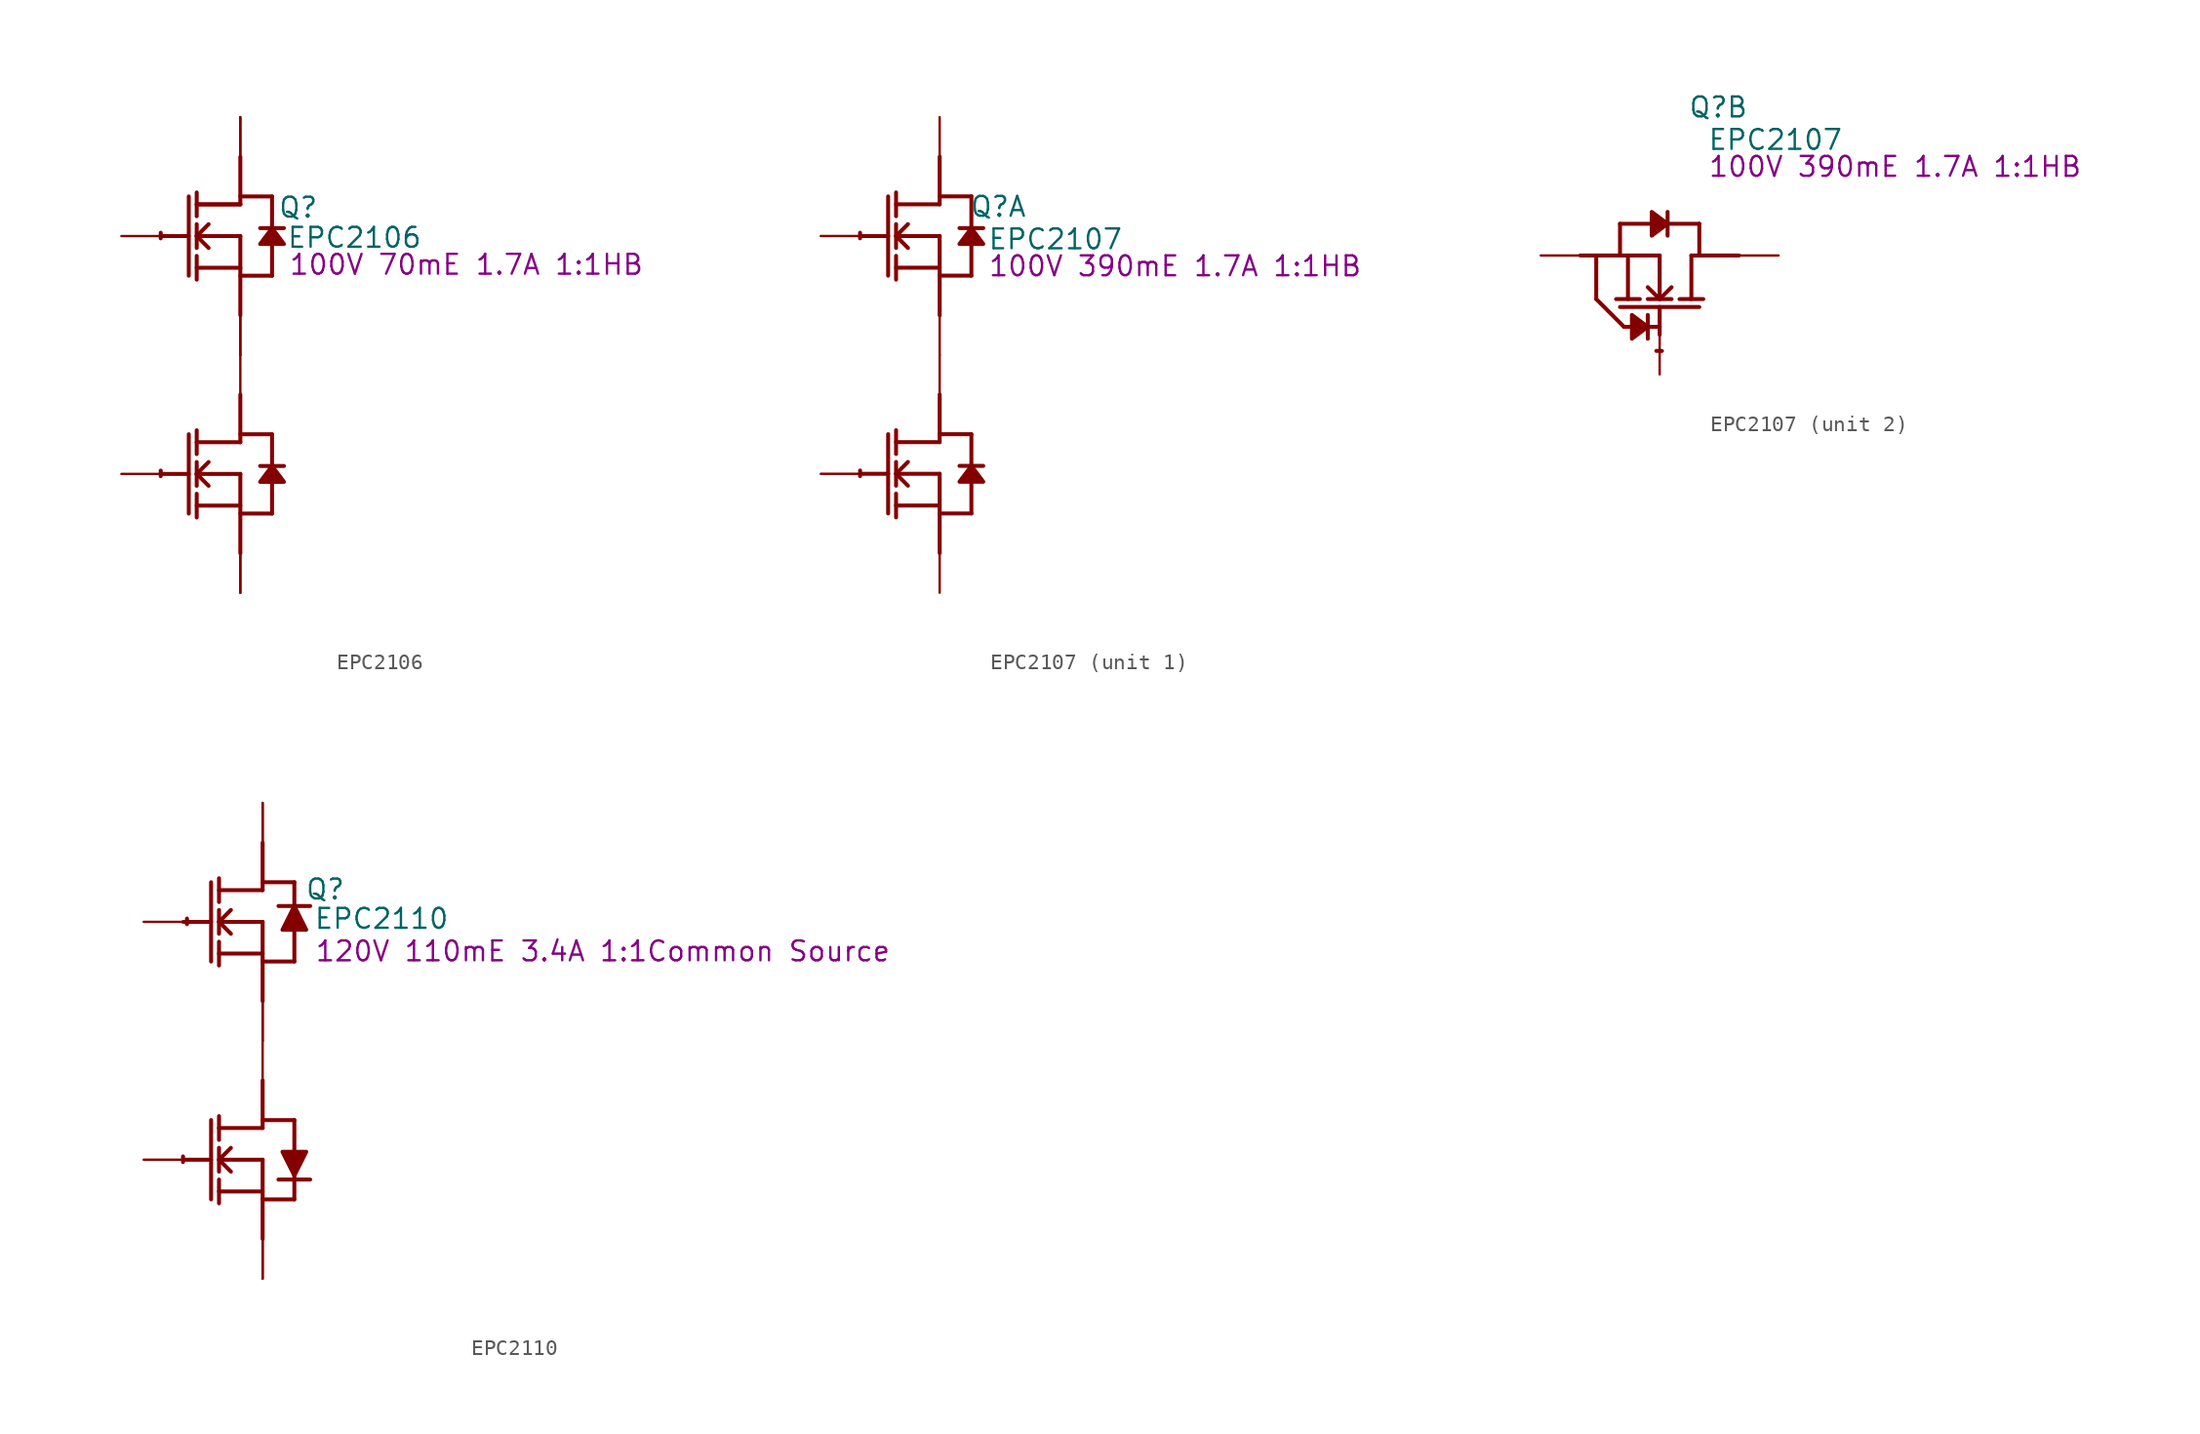
<source format=kicad_sym>
(kicad_symbol_lib
  (version 20220914)
  (generator kicad_symbol_editor)
  (symbol "EPC2106"
    (property "Reference" "Q"
      (at 3.708 1.829 0)
      (effects (font (size 1.27 1.27))))
    (property "Value" "EPC2106"
      (at 7.315 -0.102 0)
      (effects (font (size 1.27 1.27))))
    (property "Description" "100V 70mE 1.7A 1:1HB"
      (at 14.478 -1.829 0)
      (effects (font (size 1.27 1.27))))
    (symbol "EPC2106_1_0"
      (arc (start -5.0996 -15.0272) (mid -5.1039 -15.2069) (end -5.1019 -15.3867) (stroke (width 0.254) (type solid)) (fill (type none)))
      (arc (start -5.0996 0.2128) (mid -5.1039 0.0331) (end -5.1019 -0.1467) (stroke (width 0.254) (type solid)) (fill (type none)))
      (polyline (pts (xy -5.08 -15.24) (xy -3.302 -15.24)) (stroke (width 0.254) (type solid)) (fill (type none)))
      (polyline (pts (xy -5.08 0) (xy -3.302 0)) (stroke (width 0.254) (type solid)) (fill (type none)))
      (polyline (pts (xy -3.302 -12.7) (xy -3.302 -17.78)) (stroke (width 0.254) (type solid)) (fill (type none)))
      (polyline (pts (xy -3.302 2.54) (xy -3.302 -2.54)) (stroke (width 0.254) (type solid)) (fill (type none)))
      (polyline (pts (xy -2.794 -18.034) (xy -2.794 -16.51)) (stroke (width 0.254) (type solid)) (fill (type none)))
      (polyline (pts (xy -2.794 -17.272) (xy 0 -17.272)) (stroke (width 0.254) (type solid)) (fill (type none)))
      (polyline (pts (xy -2.794 -16.002) (xy -2.794 -14.478)) (stroke (width 0.254) (type solid)) (fill (type none)))
      (polyline (pts (xy -2.794 -15.24) (xy -2.032 -14.478)) (stroke (width 0.254) (type solid)) (fill (type none)))
      (polyline (pts (xy -2.794 -15.24) (xy 0 -15.24)) (stroke (width 0.254) (type solid)) (fill (type none)))
      (polyline (pts (xy -2.794 -13.97) (xy -2.794 -12.446)) (stroke (width 0.254) (type solid)) (fill (type none)))
      (polyline (pts (xy -2.794 -2.794) (xy -2.794 -1.27)) (stroke (width 0.254) (type solid)) (fill (type none)))
      (polyline (pts (xy -2.794 -2.032) (xy 0 -2.032)) (stroke (width 0.254) (type solid)) (fill (type none)))
      (polyline (pts (xy -2.794 -0.762) (xy -2.794 0.762)) (stroke (width 0.254) (type solid)) (fill (type none)))
      (polyline (pts (xy -2.794 0) (xy -2.032 0.762)) (stroke (width 0.254) (type solid)) (fill (type none)))
      (polyline (pts (xy -2.794 0) (xy 0 0)) (stroke (width 0.254) (type solid)) (fill (type none)))
      (polyline (pts (xy -2.794 1.27) (xy -2.794 2.794)) (stroke (width 0.254) (type solid)) (fill (type none)))
      (polyline (pts (xy -2.032 -16.002) (xy -2.794 -15.24)) (stroke (width 0.254) (type solid)) (fill (type none)))
      (polyline (pts (xy -2.032 -0.762) (xy -2.794 0)) (stroke (width 0.254) (type solid)) (fill (type none)))
      (polyline (pts (xy 0 -17.78) (xy 2.032 -17.78)) (stroke (width 0.254) (type solid)) (fill (type none)))
      (polyline (pts (xy 0 -15.24) (xy 0 -20.32)) (stroke (width 0.254) (type solid)) (fill (type none)))
      (polyline (pts (xy 0 -13.208) (xy -2.794 -13.208)) (stroke (width 0.254) (type solid)) (fill (type none)))
      (polyline (pts (xy 0 -13.208) (xy 0 -10.16)) (stroke (width 0.254) (type solid)) (fill (type none)))
      (polyline (pts (xy 0 -12.7) (xy 2.032 -12.7)) (stroke (width 0.254) (type solid)) (fill (type none)))
      (polyline (pts (xy 0 -2.54) (xy 2.032 -2.54)) (stroke (width 0.254) (type solid)) (fill (type none)))
      (polyline (pts (xy 0 0) (xy 0 -5.08)) (stroke (width 0.254) (type solid)) (fill (type none)))
      (polyline (pts (xy 0 2.032) (xy -2.794 2.032)) (stroke (width 0.254) (type solid)) (fill (type none)))
      (polyline (pts (xy 0 2.032) (xy -2.794 2.032)) (stroke (width 0.254) (type solid)) (fill (type none)))
      (polyline (pts (xy 0 2.032) (xy 0 5.08)) (stroke (width 0.254) (type solid)) (fill (type none)))
      (polyline (pts (xy 0 2.54) (xy 2.032 2.54)) (stroke (width 0.254) (type solid)) (fill (type none)))
      (polyline (pts (xy 2.032 -15.748) (xy 2.032 -17.78)) (stroke (width 0.254) (type solid)) (fill (type none)))
      (polyline (pts (xy 2.032 -12.7) (xy 2.032 -14.732)) (stroke (width 0.254) (type solid)) (fill (type none)))
      (polyline (pts (xy 2.032 -0.508) (xy 2.032 -2.54)) (stroke (width 0.254) (type solid)) (fill (type none)))
      (polyline (pts (xy 2.032 2.54) (xy 2.032 0.508)) (stroke (width 0.254) (type solid)) (fill (type none)))
      (polyline (pts (xy 2.794 -14.732) (xy 1.27 -14.732)) (stroke (width 0.254) (type solid)) (fill (type none)))
      (polyline (pts (xy 2.794 0.508) (xy 1.27 0.508)) (stroke (width 0.254) (type solid)) (fill (type none)))
      (polyline (pts (xy 2.032 -14.732) (xy 1.27 -15.748) (xy 2.794 -15.748) (xy 2.032 -14.732)) (stroke (width 0.254) (type solid)) (fill (type outline)))
      (polyline (pts (xy 2.032 0.508) (xy 1.27 -0.508) (xy 2.794 -0.508) (xy 2.032 0.508)) (stroke (width 0.254) (type solid)) (fill (type outline)))
      (pin passive line (at -7.62 0 0) (length 2.54) (name "G1" (effects (font (size 0 0)))) (number "1" (effects (font (size 0 0)))))
      (pin open_emitter line (at 0 -7.62 90) (length 2.54) (name "S1" (effects (font (size 0 0)))) (number "2" (effects (font (size 0 0)))))
      (pin passive line (at -7.62 -15.24 0) (length 2.54) (name "G2" (effects (font (size 0 0)))) (number "3" (effects (font (size 0 0)))))
      (pin open_collector line (at 0 7.62 270) (length 2.54) (name "D1" (effects (font (size 0 0)))) (number "4" (effects (font (size 0 0)))))
      (pin open_emitter line (at 0 -7.62 90) (length 2.54) (name "S1" (effects (font (size 0 0)))) (number "5" (effects (font (size 0 0)))))
      (pin open_emitter line (at 0 -22.86 90) (length 2.54) (name "S2" (effects (font (size 0 0)))) (number "6" (effects (font (size 0 0)))))
      (pin open_collector line (at 0 7.62 270) (length 2.54) (name "D1" (effects (font (size 0 0)))) (number "7" (effects (font (size 0 0)))))
      (pin open_collector line (at 0 -7.62 270) (length 2.54) (name "D2" (effects (font (size 0 0)))) (number "8" (effects (font (size 0 0)))))
      (pin open_emitter line (at 0 -22.86 90) (length 2.54) (name "S2" (effects (font (size 0 0)))) (number "9" (effects (font (size 0 0)))))))
  (symbol "EPC2107"
    (property "Reference" "Q"
      (at 3.759 9.5 0)
      (effects (font (size 1.27 1.27))))
    (property "Value" "EPC2107"
      (at 7.417 7.417 0)
      (effects (font (size 1.27 1.27))))
    (property "Description" "100V 390mE 1.7A 1:1HB"
      (at 15.088 5.69 0)
      (effects (font (size 1.27 1.27))))
    (symbol "EPC2107_1_0"
      (arc (start -5.0996 -7.4072) (mid -5.1039 -7.5869) (end -5.1019 -7.7667) (stroke (width 0.254) (type solid)) (fill (type none)))
      (arc (start -5.0996 7.8328) (mid -5.1039 7.6531) (end -5.1019 7.4733) (stroke (width 0.254) (type solid)) (fill (type none)))
      (polyline (pts (xy -5.08 -7.62) (xy -3.302 -7.62)) (stroke (width 0.254) (type solid)) (fill (type none)))
      (polyline (pts (xy -5.08 7.62) (xy -3.302 7.62)) (stroke (width 0.254) (type solid)) (fill (type none)))
      (polyline (pts (xy -3.302 -5.08) (xy -3.302 -10.16)) (stroke (width 0.254) (type solid)) (fill (type none)))
      (polyline (pts (xy -3.302 10.16) (xy -3.302 5.08)) (stroke (width 0.254) (type solid)) (fill (type none)))
      (polyline (pts (xy -2.794 -10.414) (xy -2.794 -8.89)) (stroke (width 0.254) (type solid)) (fill (type none)))
      (polyline (pts (xy -2.794 -9.652) (xy 0 -9.652)) (stroke (width 0.254) (type solid)) (fill (type none)))
      (polyline (pts (xy -2.794 -8.382) (xy -2.794 -6.858)) (stroke (width 0.254) (type solid)) (fill (type none)))
      (polyline (pts (xy -2.794 -7.62) (xy -2.032 -6.858)) (stroke (width 0.254) (type solid)) (fill (type none)))
      (polyline (pts (xy -2.794 -7.62) (xy 0 -7.62)) (stroke (width 0.254) (type solid)) (fill (type none)))
      (polyline (pts (xy -2.794 -6.35) (xy -2.794 -4.826)) (stroke (width 0.254) (type solid)) (fill (type none)))
      (polyline (pts (xy -2.794 4.826) (xy -2.794 6.35)) (stroke (width 0.254) (type solid)) (fill (type none)))
      (polyline (pts (xy -2.794 5.588) (xy 0 5.588)) (stroke (width 0.254) (type solid)) (fill (type none)))
      (polyline (pts (xy -2.794 6.858) (xy -2.794 8.382)) (stroke (width 0.254) (type solid)) (fill (type none)))
      (polyline (pts (xy -2.794 7.62) (xy -2.032 8.382)) (stroke (width 0.254) (type solid)) (fill (type none)))
      (polyline (pts (xy -2.794 7.62) (xy 0 7.62)) (stroke (width 0.254) (type solid)) (fill (type none)))
      (polyline (pts (xy -2.794 8.89) (xy -2.794 10.414)) (stroke (width 0.254) (type solid)) (fill (type none)))
      (polyline (pts (xy -2.032 -8.382) (xy -2.794 -7.62)) (stroke (width 0.254) (type solid)) (fill (type none)))
      (polyline (pts (xy -2.032 6.858) (xy -2.794 7.62)) (stroke (width 0.254) (type solid)) (fill (type none)))
      (polyline (pts (xy 0 -10.16) (xy 2.032 -10.16)) (stroke (width 0.254) (type solid)) (fill (type none)))
      (polyline (pts (xy 0 -7.62) (xy 0 -12.7)) (stroke (width 0.254) (type solid)) (fill (type none)))
      (polyline (pts (xy 0 -5.588) (xy -2.794 -5.588)) (stroke (width 0.254) (type solid)) (fill (type none)))
      (polyline (pts (xy 0 -5.588) (xy 0 -2.54)) (stroke (width 0.254) (type solid)) (fill (type none)))
      (polyline (pts (xy 0 -5.08) (xy 2.032 -5.08)) (stroke (width 0.254) (type solid)) (fill (type none)))
      (polyline (pts (xy 0 5.08) (xy 2.032 5.08)) (stroke (width 0.254) (type solid)) (fill (type none)))
      (polyline (pts (xy 0 7.62) (xy 0 2.54)) (stroke (width 0.254) (type solid)) (fill (type none)))
      (polyline (pts (xy 0 9.652) (xy -2.794 9.652)) (stroke (width 0.254) (type solid)) (fill (type none)))
      (polyline (pts (xy 0 9.652) (xy 0 12.7)) (stroke (width 0.254) (type solid)) (fill (type none)))
      (polyline (pts (xy 0 10.16) (xy 2.032 10.16)) (stroke (width 0.254) (type solid)) (fill (type none)))
      (polyline (pts (xy 2.032 -8.128) (xy 2.032 -10.16)) (stroke (width 0.254) (type solid)) (fill (type none)))
      (polyline (pts (xy 2.032 -5.08) (xy 2.032 -7.112)) (stroke (width 0.254) (type solid)) (fill (type none)))
      (polyline (pts (xy 2.032 7.112) (xy 2.032 5.08)) (stroke (width 0.254) (type solid)) (fill (type none)))
      (polyline (pts (xy 2.032 10.16) (xy 2.032 8.128)) (stroke (width 0.254) (type solid)) (fill (type none)))
      (polyline (pts (xy 2.794 -7.112) (xy 1.27 -7.112)) (stroke (width 0.254) (type solid)) (fill (type none)))
      (polyline (pts (xy 2.794 8.128) (xy 1.27 8.128)) (stroke (width 0.254) (type solid)) (fill (type none)))
      (polyline (pts (xy 2.032 -7.112) (xy 1.27 -8.128) (xy 2.794 -8.128) (xy 2.032 -7.112)) (stroke (width 0.254) (type solid)) (fill (type outline)))
      (polyline (pts (xy 2.032 8.128) (xy 1.27 7.112) (xy 2.794 7.112) (xy 2.032 8.128)) (stroke (width 0.254) (type solid)) (fill (type outline)))
      (pin passive line (at -7.62 7.62 0) (length 2.54) (name "G1" (effects (font (size 0 0)))) (number "1" (effects (font (size 0 0)))))
      (pin open_collector line (at -7.62 -7.62 0) (length 2.54) (name "G2" (effects (font (size 0 0)))) (number "2" (effects (font (size 0 0)))))
      (pin open_emitter line (at 0 0 90) (length 2.54) (name "S1" (effects (font (size 0 0)))) (number "4" (effects (font (size 0 0)))))
      (pin open_emitter line (at 0 0 270) (length 2.54) (name "D2" (effects (font (size 0 0)))) (number "5" (effects (font (size 0 0)))))
      (pin open_emitter line (at 0 15.24 270) (length 2.54) (name "D1" (effects (font (size 0 0)))) (number "7" (effects (font (size 0 0)))))
      (pin open_emitter line (at 0 -15.24 90) (length 2.54) (name "S2" (effects (font (size 0 0)))) (number "8" (effects (font (size 0 0))))))
    (symbol "EPC2107_2_0"
      (arc (start -0.2128 -6.1156) (mid -0.0331 -6.1199) (end 0.1467 -6.1179) (stroke (width 0.254) (type solid)) (fill (type none)))
      (polyline (pts (xy -5.08 0) (xy 0 0)) (stroke (width 0.254) (type solid)) (fill (type none)))
      (polyline (pts (xy -4.064 -2.794) (xy -4.064 0)) (stroke (width 0.254) (type solid)) (fill (type none)))
      (polyline (pts (xy -2.54 -3.302) (xy 2.54 -3.302)) (stroke (width 0.254) (type solid)) (fill (type none)))
      (polyline (pts (xy -2.54 0) (xy -2.54 2.032)) (stroke (width 0.254) (type solid)) (fill (type none)))
      (polyline (pts (xy -2.54 2.032) (xy -0.508 2.032)) (stroke (width 0.254) (type solid)) (fill (type none)))
      (polyline (pts (xy -2.286 -4.572) (xy -4.064 -2.794)) (stroke (width 0.254) (type solid)) (fill (type none)))
      (polyline (pts (xy -2.286 -4.572) (xy 0 -4.572)) (stroke (width 0.254) (type solid)) (fill (type none)))
      (polyline (pts (xy -2.032 0) (xy -2.032 -2.794)) (stroke (width 0.254) (type solid)) (fill (type none)))
      (polyline (pts (xy -1.27 -2.794) (xy -2.794 -2.794)) (stroke (width 0.254) (type solid)) (fill (type none)))
      (polyline (pts (xy -0.762 -3.81) (xy -0.762 -5.334)) (stroke (width 0.254) (type solid)) (fill (type none)))
      (polyline (pts (xy 0 -5.08) (xy 0 -3.302)) (stroke (width 0.254) (type solid)) (fill (type none)))
      (polyline (pts (xy 0 -2.794) (xy -0.762 -2.032)) (stroke (width 0.254) (type solid)) (fill (type none)))
      (polyline (pts (xy 0 -2.794) (xy 0 0)) (stroke (width 0.254) (type solid)) (fill (type none)))
      (polyline (pts (xy 0.508 2.032) (xy 2.54 2.032)) (stroke (width 0.254) (type solid)) (fill (type none)))
      (polyline (pts (xy 0.508 2.794) (xy 0.508 1.27)) (stroke (width 0.254) (type solid)) (fill (type none)))
      (polyline (pts (xy 0.762 -2.794) (xy -0.762 -2.794)) (stroke (width 0.254) (type solid)) (fill (type none)))
      (polyline (pts (xy 0.762 -2.032) (xy 0 -2.794)) (stroke (width 0.254) (type solid)) (fill (type none)))
      (polyline (pts (xy 2.032 -2.794) (xy 2.032 0)) (stroke (width 0.254) (type solid)) (fill (type none)))
      (polyline (pts (xy 2.54 0) (xy 2.54 2.032)) (stroke (width 0.254) (type solid)) (fill (type none)))
      (polyline (pts (xy 2.794 -2.794) (xy 1.27 -2.794)) (stroke (width 0.254) (type solid)) (fill (type none)))
      (polyline (pts (xy 5.08 0) (xy 2.032 0)) (stroke (width 0.254) (type solid)) (fill (type none)))
      (polyline (pts (xy -0.762 -4.572) (xy -1.778 -3.81) (xy -1.778 -5.334) (xy -0.762 -4.572)) (stroke (width 0.254) (type solid)) (fill (type outline)))
      (polyline (pts (xy 0.508 2.032) (xy -0.508 2.794) (xy -0.508 1.27) (xy 0.508 2.032)) (stroke (width 0.254) (type solid)) (fill (type outline)))
      (pin open_emitter line (at 0 -7.62 90) (length 2.54) (name "G3" (effects (font (size 0 0)))) (number "3" (effects (font (size 0 0)))))
      (pin open_collector line (at 7.62 0 180) (length 2.54) (name "D3" (effects (font (size 0 0)))) (number "6" (effects (font (size 0 0)))))
      (pin passive line (at -7.62 0 0) (length 2.54) (name "S3" (effects (font (size 0 0)))) (number "9" (effects (font (size 0 0)))))))
  (symbol "EPC2110"
    (property "Reference" "Q"
      (at 4.013 9.703 0)
      (effects (font (size 1.27 1.27))))
    (property "Value" "EPC2110"
      (at 7.62 7.823 0)
      (effects (font (size 1.27 1.27))))
    (property "Description" "120V 110mE 3.4A 1:1Common Source"
      (at 21.793 5.74 0)
      (effects (font (size 1.27 1.27))))
    (symbol "EPC2110_1_0"
      (arc (start -5.0996 -7.4072) (mid -5.1039 -7.5869) (end -5.1019 -7.7667) (stroke (width 0.254) (type solid)) (fill (type none)))
      (arc (start -4.8456 7.8328) (mid -4.8499 7.6531) (end -4.8479 7.4733) (stroke (width 0.254) (type solid)) (fill (type none)))
      (polyline (pts (xy -5.08 -7.62) (xy -3.302 -7.62)) (stroke (width 0.254) (type solid)) (fill (type none)))
      (polyline (pts (xy -5.08 7.62) (xy -3.302 7.62)) (stroke (width 0.254) (type solid)) (fill (type none)))
      (polyline (pts (xy -3.302 -5.08) (xy -3.302 -10.16)) (stroke (width 0.254) (type solid)) (fill (type none)))
      (polyline (pts (xy -3.302 10.16) (xy -3.302 5.08)) (stroke (width 0.254) (type solid)) (fill (type none)))
      (polyline (pts (xy -2.794 -10.414) (xy -2.794 -8.89)) (stroke (width 0.254) (type solid)) (fill (type none)))
      (polyline (pts (xy -2.794 -9.652) (xy 0 -9.652)) (stroke (width 0.254) (type solid)) (fill (type none)))
      (polyline (pts (xy -2.794 -8.382) (xy -2.794 -6.858)) (stroke (width 0.254) (type solid)) (fill (type none)))
      (polyline (pts (xy -2.794 -7.62) (xy -2.032 -6.858)) (stroke (width 0.254) (type solid)) (fill (type none)))
      (polyline (pts (xy -2.794 -7.62) (xy 0 -7.62)) (stroke (width 0.254) (type solid)) (fill (type none)))
      (polyline (pts (xy -2.794 -6.35) (xy -2.794 -4.826)) (stroke (width 0.254) (type solid)) (fill (type none)))
      (polyline (pts (xy -2.794 4.826) (xy -2.794 6.35)) (stroke (width 0.254) (type solid)) (fill (type none)))
      (polyline (pts (xy -2.794 5.588) (xy 0 5.588)) (stroke (width 0.254) (type solid)) (fill (type none)))
      (polyline (pts (xy -2.794 6.858) (xy -2.794 8.382)) (stroke (width 0.254) (type solid)) (fill (type none)))
      (polyline (pts (xy -2.794 7.62) (xy -2.032 8.382)) (stroke (width 0.254) (type solid)) (fill (type none)))
      (polyline (pts (xy -2.794 7.62) (xy 0 7.62)) (stroke (width 0.254) (type solid)) (fill (type none)))
      (polyline (pts (xy -2.794 8.89) (xy -2.794 10.414)) (stroke (width 0.254) (type solid)) (fill (type none)))
      (polyline (pts (xy -2.032 -8.382) (xy -2.794 -7.62)) (stroke (width 0.254) (type solid)) (fill (type none)))
      (polyline (pts (xy -2.032 6.858) (xy -2.794 7.62)) (stroke (width 0.254) (type solid)) (fill (type none)))
      (polyline (pts (xy 0 -10.16) (xy 2.032 -10.16)) (stroke (width 0.254) (type solid)) (fill (type none)))
      (polyline (pts (xy 0 -7.62) (xy 0 -12.7)) (stroke (width 0.254) (type solid)) (fill (type none)))
      (polyline (pts (xy 0 -5.588) (xy -2.794 -5.588)) (stroke (width 0.254) (type solid)) (fill (type none)))
      (polyline (pts (xy 0 -5.588) (xy 0 -2.54)) (stroke (width 0.254) (type solid)) (fill (type none)))
      (polyline (pts (xy 0 -5.08) (xy 2.032 -5.08)) (stroke (width 0.254) (type solid)) (fill (type none)))
      (polyline (pts (xy 0 5.08) (xy 2.032 5.08)) (stroke (width 0.254) (type solid)) (fill (type none)))
      (polyline (pts (xy 0 7.62) (xy 0 2.54)) (stroke (width 0.254) (type solid)) (fill (type none)))
      (polyline (pts (xy 0 9.652) (xy -2.794 9.652)) (stroke (width 0.254) (type solid)) (fill (type none)))
      (polyline (pts (xy 0 9.652) (xy 0 12.7)) (stroke (width 0.254) (type solid)) (fill (type none)))
      (polyline (pts (xy 0 10.16) (xy 2.032 10.16)) (stroke (width 0.254) (type solid)) (fill (type none)))
      (polyline (pts (xy 1.016 -8.89) (xy 3.048 -8.89)) (stroke (width 0.254) (type solid)) (fill (type none)))
      (polyline (pts (xy 2.032 -8.128) (xy 2.032 -10.16)) (stroke (width 0.254) (type solid)) (fill (type none)))
      (polyline (pts (xy 2.032 -5.08) (xy 2.032 -7.112)) (stroke (width 0.254) (type solid)) (fill (type none)))
      (polyline (pts (xy 2.032 7.112) (xy 2.032 5.08)) (stroke (width 0.254) (type solid)) (fill (type none)))
      (polyline (pts (xy 2.032 10.16) (xy 2.032 8.128)) (stroke (width 0.254) (type solid)) (fill (type none)))
      (polyline (pts (xy 3.048 8.636) (xy 1.016 8.636)) (stroke (width 0.254) (type solid)) (fill (type none)))
      (polyline (pts (xy 2.032 8.636) (xy 1.27 7.112) (xy 2.794 7.112) (xy 2.032 8.636)) (stroke (width 0.254) (type solid)) (fill (type outline)))
      (polyline (pts (xy 2.794 -7.112) (xy 2.032 -8.636) (xy 1.27 -7.112) (xy 2.794 -7.112)) (stroke (width 0.254) (type solid)) (fill (type outline)))
      (pin passive line (at -7.62 -7.62 0) (length 2.54) (name "G1" (effects (font (size 0 0)))) (number "1" (effects (font (size 0 0)))))
      (pin open_emitter line (at 0 -15.24 90) (length 2.54) (name "D1" (effects (font (size 0 0)))) (number "2" (effects (font (size 0 0)))))
      (pin open_emitter line (at 0 -15.24 90) (length 2.54) (name "D1" (effects (font (size 0 0)))) (number "3" (effects (font (size 0 0)))))
      (pin open_collector line (at 0 0 270) (length 2.54) (name "S" (effects (font (size 0 0)))) (number "4" (effects (font (size 0 0)))))
      (pin open_emitter line (at 0 0 90) (length 2.54) (name "S" (effects (font (size 0 0)))) (number "5" (effects (font (size 0 0)))))
      (pin open_emitter line (at 0 0 90) (length 2.54) (name "S" (effects (font (size 0 0)))) (number "6" (effects (font (size 0 0)))))
      (pin passive line (at -7.62 7.62 0) (length 2.54) (name "G2" (effects (font (size 0 0)))) (number "7" (effects (font (size 0 0)))))
      (pin open_collector line (at 0 15.24 270) (length 2.54) (name "D2" (effects (font (size 0 0)))) (number "8" (effects (font (size 0 0)))))
      (pin open_collector line (at 0 15.24 270) (length 2.54) (name "D2" (effects (font (size 0 0)))) (number "9" (effects (font (size 0 0))))))))
</source>
